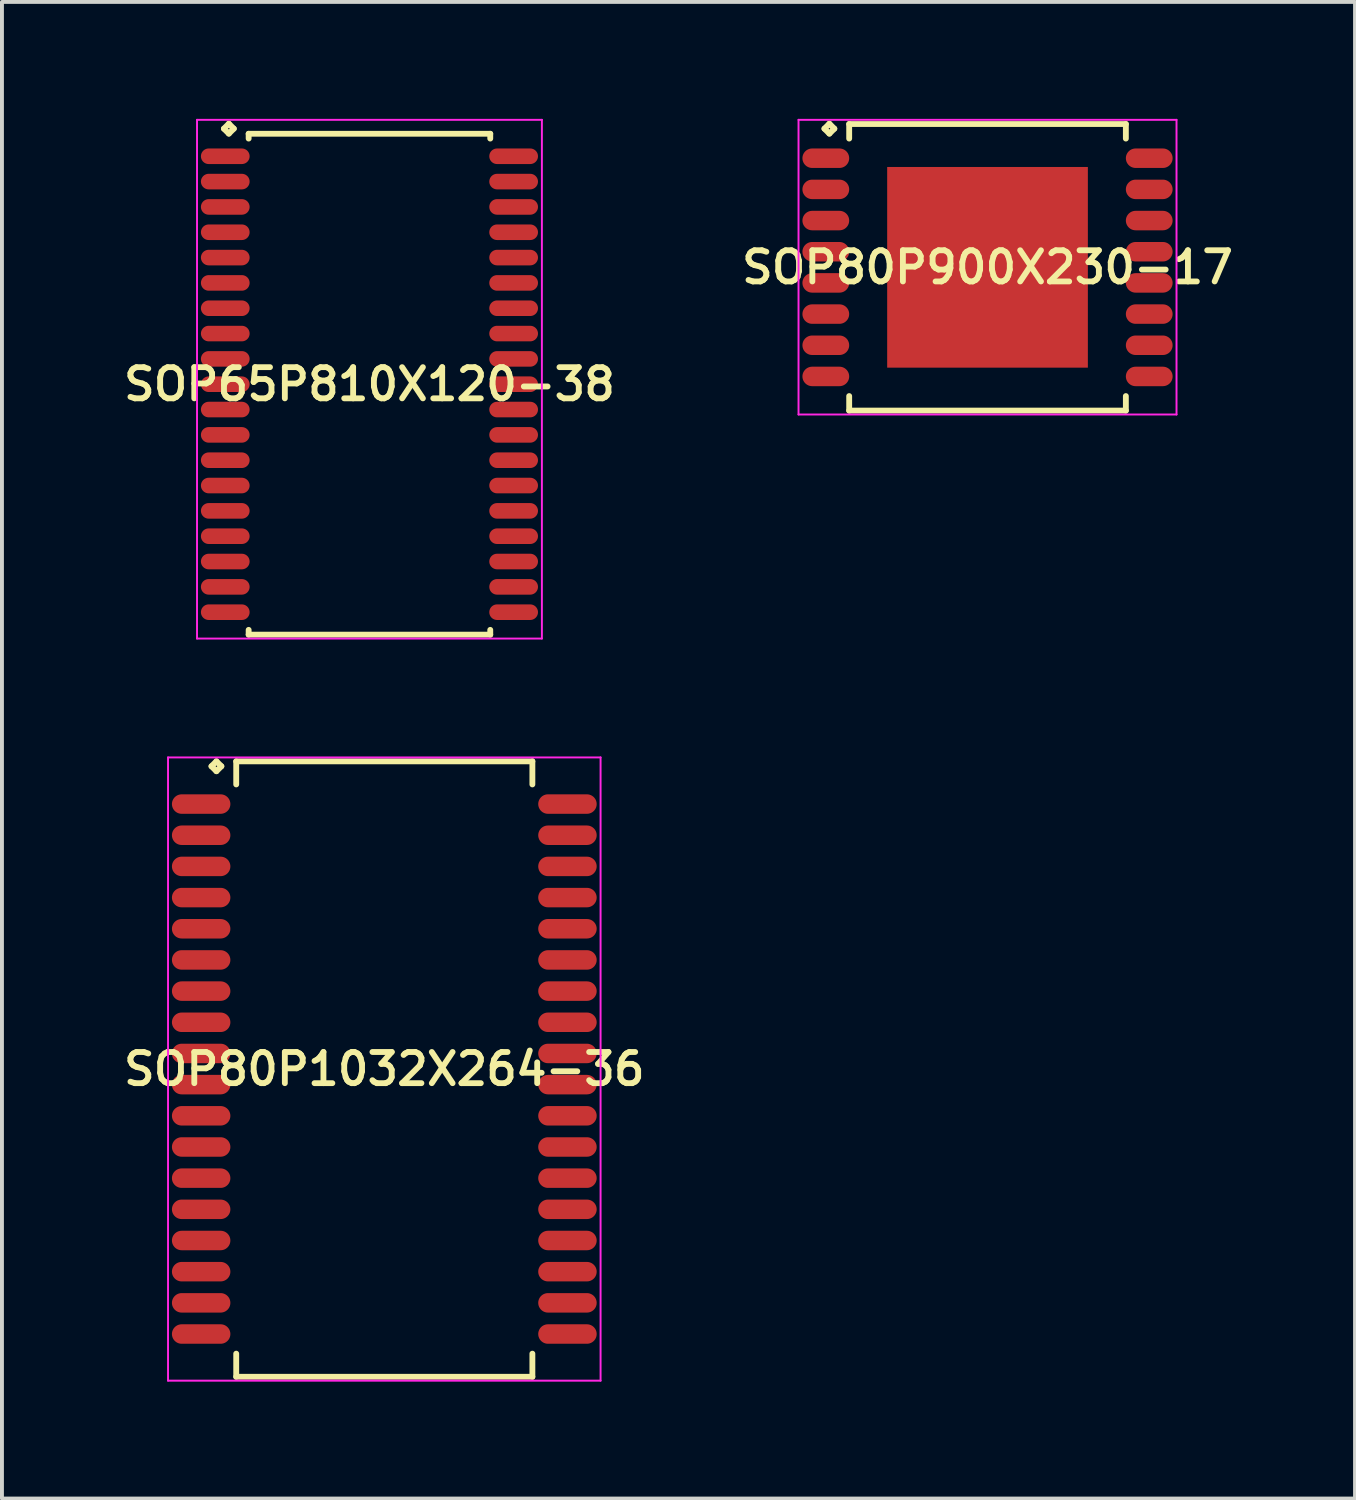
<source format=kicad_pcb>
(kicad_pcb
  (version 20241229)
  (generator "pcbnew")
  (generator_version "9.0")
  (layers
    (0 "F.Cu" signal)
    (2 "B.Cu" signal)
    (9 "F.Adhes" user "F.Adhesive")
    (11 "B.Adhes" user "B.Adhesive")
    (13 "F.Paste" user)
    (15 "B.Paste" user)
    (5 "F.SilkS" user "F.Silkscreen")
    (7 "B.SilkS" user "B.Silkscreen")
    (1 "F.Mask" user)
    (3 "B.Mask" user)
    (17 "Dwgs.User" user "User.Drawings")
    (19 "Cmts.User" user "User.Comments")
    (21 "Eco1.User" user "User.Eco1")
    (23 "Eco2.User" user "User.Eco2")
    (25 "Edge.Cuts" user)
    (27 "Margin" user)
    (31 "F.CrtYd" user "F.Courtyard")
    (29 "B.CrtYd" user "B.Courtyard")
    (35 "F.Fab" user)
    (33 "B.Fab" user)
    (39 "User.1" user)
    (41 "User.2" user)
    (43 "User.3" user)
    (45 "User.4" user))
  (footprint "SOP80P900X230-17"
    (layer "F.Cu")
    (at 22.292 3.81)
    (property "Reference" "SOP80P900X230-17" (at 0 0 0) (layer "F.SilkS") (effects (font (size 0.8 0.8) (thickness 0.15))))
    (attr smd)
    (fp_line (start -4.185 -3.558) (end -4.058 -3.685) (stroke (width 0.15) (type solid)) (layer "F.SilkS"))
    (fp_line (start -4.058 -3.685) (end -3.931 -3.558) (stroke (width 0.15) (type solid)) (layer "F.SilkS"))
    (fp_line (start -4.058 -3.431) (end -4.185 -3.558) (stroke (width 0.15) (type solid)) (layer "F.SilkS"))
    (fp_line (start -3.931 -3.558) (end -4.058 -3.431) (stroke (width 0.15) (type solid)) (layer "F.SilkS"))
    (fp_line (start -3.55 -3.677) (end 3.55 -3.677) (stroke (width 0.15) (type solid)) (layer "F.SilkS"))
    (fp_line (start -3.55 -3.304) (end -3.55 -3.677) (stroke (width 0.15) (type solid)) (layer "F.SilkS"))
    (fp_line (start -3.55 3.304) (end -3.55 3.677) (stroke (width 0.15) (type solid)) (layer "F.SilkS"))
    (fp_line (start -3.55 3.677) (end 3.55 3.677) (stroke (width 0.15) (type solid)) (layer "F.SilkS"))
    (fp_line (start 3.55 -3.677) (end 3.55 -3.304) (stroke (width 0.15) (type solid)) (layer "F.SilkS"))
    (fp_line (start 3.55 3.677) (end 3.55 3.304) (stroke (width 0.15) (type solid)) (layer "F.SilkS"))
    (fp_line (start -4.85 -3.785) (end 4.85 -3.785) (stroke (width 0.05) (type solid)) (layer "F.CrtYd"))
    (fp_line (start -4.85 3.777) (end -4.85 -3.785) (stroke (width 0.05) (type solid)) (layer "F.CrtYd"))
    (fp_line (start 4.85 -3.785) (end 4.85 3.777) (stroke (width 0.05) (type solid)) (layer "F.CrtYd"))
    (fp_line (start 4.85 3.777) (end -4.85 3.777) (stroke (width 0.05) (type solid)) (layer "F.CrtYd"))
    (pad "1" smd oval (at -4.15 -2.8) (size 1.2 0.5) (layers "F.Cu" "F.Mask" "F.Paste"))
    (pad "2" smd oval (at -4.15 -2) (size 1.2 0.5) (layers "F.Cu" "F.Mask" "F.Paste"))
    (pad "3" smd oval (at -4.15 -1.2) (size 1.2 0.5) (layers "F.Cu" "F.Mask" "F.Paste"))
    (pad "4" smd oval (at -4.15 -0.4) (size 1.2 0.5) (layers "F.Cu" "F.Mask" "F.Paste"))
    (pad "5" smd oval (at -4.15 0.4) (size 1.2 0.5) (layers "F.Cu" "F.Mask" "F.Paste"))
    (pad "6" smd oval (at -4.15 1.2) (size 1.2 0.5) (layers "F.Cu" "F.Mask" "F.Paste"))
    (pad "7" smd oval (at -4.15 2) (size 1.2 0.5) (layers "F.Cu" "F.Mask" "F.Paste"))
    (pad "8" smd oval (at -4.15 2.8) (size 1.2 0.5) (layers "F.Cu" "F.Mask" "F.Paste"))
    (pad "9" smd oval (at 4.15 2.8) (size 1.2 0.5) (layers "F.Cu" "F.Mask" "F.Paste"))
    (pad "10" smd oval (at 4.15 2) (size 1.2 0.5) (layers "F.Cu" "F.Mask" "F.Paste"))
    (pad "11" smd oval (at 4.15 1.2) (size 1.2 0.5) (layers "F.Cu" "F.Mask" "F.Paste"))
    (pad "12" smd oval (at 4.15 0.4) (size 1.2 0.5) (layers "F.Cu" "F.Mask" "F.Paste"))
    (pad "13" smd oval (at 4.15 -0.4) (size 1.2 0.5) (layers "F.Cu" "F.Mask" "F.Paste"))
    (pad "14" smd oval (at 4.15 -1.2) (size 1.2 0.5) (layers "F.Cu" "F.Mask" "F.Paste"))
    (pad "15" smd oval (at 4.15 -2) (size 1.2 0.5) (layers "F.Cu" "F.Mask" "F.Paste"))
    (pad "16" smd oval (at 4.15 -2.8) (size 1.2 0.5) (layers "F.Cu" "F.Mask" "F.Paste"))
    (pad "17" smd rect (at 0 0) (size 5.15 5.15) (layers "F.Cu" "F.Mask" "F.Paste")))
  (footprint "SOP65P810X120-38"
    (layer "F.Cu")
    (at 6.431 6.81)
    (property "Reference" "SOP65P810X120-38" (at 0 0 0) (layer "F.SilkS") (effects (font (size 0.8 0.8) (thickness 0.15))))
    (attr smd)
    (fp_line (start -3.735 -6.558) (end -3.608 -6.685) (stroke (width 0.15) (type solid)) (layer "F.SilkS"))
    (fp_line (start -3.608 -6.685) (end -3.481 -6.558) (stroke (width 0.15) (type solid)) (layer "F.SilkS"))
    (fp_line (start -3.608 -6.431) (end -3.735 -6.558) (stroke (width 0.15) (type solid)) (layer "F.SilkS"))
    (fp_line (start -3.481 -6.558) (end -3.608 -6.431) (stroke (width 0.15) (type solid)) (layer "F.SilkS"))
    (fp_line (start -3.1 -6.427) (end 3.1 -6.427) (stroke (width 0.15) (type solid)) (layer "F.SilkS"))
    (fp_line (start -3.1 -6.304) (end -3.1 -6.427) (stroke (width 0.15) (type solid)) (layer "F.SilkS"))
    (fp_line (start -3.1 6.304) (end -3.1 6.427) (stroke (width 0.15) (type solid)) (layer "F.SilkS"))
    (fp_line (start -3.1 6.427) (end 3.1 6.427) (stroke (width 0.15) (type solid)) (layer "F.SilkS"))
    (fp_line (start 3.1 -6.427) (end 3.1 -6.304) (stroke (width 0.15) (type solid)) (layer "F.SilkS"))
    (fp_line (start 3.1 6.427) (end 3.1 6.304) (stroke (width 0.15) (type solid)) (layer "F.SilkS"))
    (fp_line (start -4.425 -6.785) (end 4.425 -6.785) (stroke (width 0.05) (type solid)) (layer "F.CrtYd"))
    (fp_line (start -4.425 6.527) (end -4.425 -6.785) (stroke (width 0.05) (type solid)) (layer "F.CrtYd"))
    (fp_line (start 4.425 -6.785) (end 4.425 6.527) (stroke (width 0.05) (type solid)) (layer "F.CrtYd"))
    (fp_line (start 4.425 6.527) (end -4.425 6.527) (stroke (width 0.05) (type solid)) (layer "F.CrtYd"))
    (pad "1" smd oval (at -3.7 -5.85) (size 1.25 0.4) (layers "F.Cu" "F.Mask" "F.Paste"))
    (pad "2" smd oval (at -3.7 -5.2) (size 1.25 0.4) (layers "F.Cu" "F.Mask" "F.Paste"))
    (pad "3" smd oval (at -3.7 -4.55) (size 1.25 0.4) (layers "F.Cu" "F.Mask" "F.Paste"))
    (pad "4" smd oval (at -3.7 -3.9) (size 1.25 0.4) (layers "F.Cu" "F.Mask" "F.Paste"))
    (pad "5" smd oval (at -3.7 -3.25) (size 1.25 0.4) (layers "F.Cu" "F.Mask" "F.Paste"))
    (pad "6" smd oval (at -3.7 -2.6) (size 1.25 0.4) (layers "F.Cu" "F.Mask" "F.Paste"))
    (pad "7" smd oval (at -3.7 -1.95) (size 1.25 0.4) (layers "F.Cu" "F.Mask" "F.Paste"))
    (pad "8" smd oval (at -3.7 -1.3) (size 1.25 0.4) (layers "F.Cu" "F.Mask" "F.Paste"))
    (pad "9" smd oval (at -3.7 -0.65) (size 1.25 0.4) (layers "F.Cu" "F.Mask" "F.Paste"))
    (pad "10" smd oval (at -3.7 0) (size 1.25 0.4) (layers "F.Cu" "F.Mask" "F.Paste"))
    (pad "11" smd oval (at -3.7 0.65) (size 1.25 0.4) (layers "F.Cu" "F.Mask" "F.Paste"))
    (pad "12" smd oval (at -3.7 1.3) (size 1.25 0.4) (layers "F.Cu" "F.Mask" "F.Paste"))
    (pad "13" smd oval (at -3.7 1.95) (size 1.25 0.4) (layers "F.Cu" "F.Mask" "F.Paste"))
    (pad "14" smd oval (at -3.7 2.6) (size 1.25 0.4) (layers "F.Cu" "F.Mask" "F.Paste"))
    (pad "15" smd oval (at -3.7 3.25) (size 1.25 0.4) (layers "F.Cu" "F.Mask" "F.Paste"))
    (pad "16" smd oval (at -3.7 3.9) (size 1.25 0.4) (layers "F.Cu" "F.Mask" "F.Paste"))
    (pad "17" smd oval (at -3.7 4.55) (size 1.25 0.4) (layers "F.Cu" "F.Mask" "F.Paste"))
    (pad "18" smd oval (at -3.7 5.2) (size 1.25 0.4) (layers "F.Cu" "F.Mask" "F.Paste"))
    (pad "19" smd oval (at -3.7 5.85) (size 1.25 0.4) (layers "F.Cu" "F.Mask" "F.Paste"))
    (pad "20" smd oval (at 3.7 5.85) (size 1.25 0.4) (layers "F.Cu" "F.Mask" "F.Paste"))
    (pad "21" smd oval (at 3.7 5.2) (size 1.25 0.4) (layers "F.Cu" "F.Mask" "F.Paste"))
    (pad "22" smd oval (at 3.7 4.55) (size 1.25 0.4) (layers "F.Cu" "F.Mask" "F.Paste"))
    (pad "23" smd oval (at 3.7 3.9) (size 1.25 0.4) (layers "F.Cu" "F.Mask" "F.Paste"))
    (pad "24" smd oval (at 3.7 3.25) (size 1.25 0.4) (layers "F.Cu" "F.Mask" "F.Paste"))
    (pad "25" smd oval (at 3.7 2.6) (size 1.25 0.4) (layers "F.Cu" "F.Mask" "F.Paste"))
    (pad "26" smd oval (at 3.7 1.95) (size 1.25 0.4) (layers "F.Cu" "F.Mask" "F.Paste"))
    (pad "27" smd oval (at 3.7 1.3) (size 1.25 0.4) (layers "F.Cu" "F.Mask" "F.Paste"))
    (pad "28" smd oval (at 3.7 0.65) (size 1.25 0.4) (layers "F.Cu" "F.Mask" "F.Paste"))
    (pad "29" smd oval (at 3.7 0) (size 1.25 0.4) (layers "F.Cu" "F.Mask" "F.Paste"))
    (pad "30" smd oval (at 3.7 -0.65) (size 1.25 0.4) (layers "F.Cu" "F.Mask" "F.Paste"))
    (pad "31" smd oval (at 3.7 -1.3) (size 1.25 0.4) (layers "F.Cu" "F.Mask" "F.Paste"))
    (pad "32" smd oval (at 3.7 -1.95) (size 1.25 0.4) (layers "F.Cu" "F.Mask" "F.Paste"))
    (pad "33" smd oval (at 3.7 -2.6) (size 1.25 0.4) (layers "F.Cu" "F.Mask" "F.Paste"))
    (pad "34" smd oval (at 3.7 -3.25) (size 1.25 0.4) (layers "F.Cu" "F.Mask" "F.Paste"))
    (pad "35" smd oval (at 3.7 -3.9) (size 1.25 0.4) (layers "F.Cu" "F.Mask" "F.Paste"))
    (pad "36" smd oval (at 3.7 -4.55) (size 1.25 0.4) (layers "F.Cu" "F.Mask" "F.Paste"))
    (pad "37" smd oval (at 3.7 -5.2) (size 1.25 0.4) (layers "F.Cu" "F.Mask" "F.Paste"))
    (pad "38" smd oval (at 3.7 -5.85) (size 1.25 0.4) (layers "F.Cu" "F.Mask" "F.Paste")))
  (footprint "SOP80P1032X264-36"
    (layer "F.Cu")
    (at 6.812 24.384)
    (property "Reference" "SOP80P1032X264-36" (at 0 0 0) (layer "F.SilkS") (effects (font (size 0.8 0.8) (thickness 0.15))))
    (attr smd)
    (fp_line (start -4.435 -7.77) (end -4.308 -7.897) (stroke (width 0.15) (type solid)) (layer "F.SilkS"))
    (fp_line (start -4.308 -7.897) (end -4.181 -7.77) (stroke (width 0.15) (type solid)) (layer "F.SilkS"))
    (fp_line (start -4.308 -7.643) (end -4.435 -7.77) (stroke (width 0.15) (type solid)) (layer "F.SilkS"))
    (fp_line (start -4.181 -7.77) (end -4.308 -7.643) (stroke (width 0.15) (type solid)) (layer "F.SilkS"))
    (fp_line (start -3.8 -7.897) (end 3.8 -7.897) (stroke (width 0.15) (type solid)) (layer "F.SilkS"))
    (fp_line (start -3.8 -7.304) (end -3.8 -7.897) (stroke (width 0.15) (type solid)) (layer "F.SilkS"))
    (fp_line (start -3.8 7.304) (end -3.8 7.897) (stroke (width 0.15) (type solid)) (layer "F.SilkS"))
    (fp_line (start -3.8 7.897) (end 3.8 7.897) (stroke (width 0.15) (type solid)) (layer "F.SilkS"))
    (fp_line (start 3.8 -7.897) (end 3.8 -7.304) (stroke (width 0.15) (type solid)) (layer "F.SilkS"))
    (fp_line (start 3.8 7.897) (end 3.8 7.304) (stroke (width 0.15) (type solid)) (layer "F.SilkS"))
    (fp_line (start -5.55 -7.997) (end 5.55 -7.997) (stroke (width 0.05) (type solid)) (layer "F.CrtYd"))
    (fp_line (start -5.55 7.997) (end -5.55 -7.997) (stroke (width 0.05) (type solid)) (layer "F.CrtYd"))
    (fp_line (start 5.55 -7.997) (end 5.55 7.997) (stroke (width 0.05) (type solid)) (layer "F.CrtYd"))
    (fp_line (start 5.55 7.997) (end -5.55 7.997) (stroke (width 0.05) (type solid)) (layer "F.CrtYd"))
    (pad "1" smd oval (at -4.7 -6.8) (size 1.5 0.5) (layers "F.Cu" "F.Mask" "F.Paste"))
    (pad "2" smd oval (at -4.7 -6) (size 1.5 0.5) (layers "F.Cu" "F.Mask" "F.Paste"))
    (pad "3" smd oval (at -4.7 -5.2) (size 1.5 0.5) (layers "F.Cu" "F.Mask" "F.Paste"))
    (pad "4" smd oval (at -4.7 -4.4) (size 1.5 0.5) (layers "F.Cu" "F.Mask" "F.Paste"))
    (pad "5" smd oval (at -4.7 -3.6) (size 1.5 0.5) (layers "F.Cu" "F.Mask" "F.Paste"))
    (pad "6" smd oval (at -4.7 -2.8) (size 1.5 0.5) (layers "F.Cu" "F.Mask" "F.Paste"))
    (pad "7" smd oval (at -4.7 -2) (size 1.5 0.5) (layers "F.Cu" "F.Mask" "F.Paste"))
    (pad "8" smd oval (at -4.7 -1.2) (size 1.5 0.5) (layers "F.Cu" "F.Mask" "F.Paste"))
    (pad "9" smd oval (at -4.7 -0.4) (size 1.5 0.5) (layers "F.Cu" "F.Mask" "F.Paste"))
    (pad "10" smd oval (at -4.7 0.4) (size 1.5 0.5) (layers "F.Cu" "F.Mask" "F.Paste"))
    (pad "11" smd oval (at -4.7 1.2) (size 1.5 0.5) (layers "F.Cu" "F.Mask" "F.Paste"))
    (pad "12" smd oval (at -4.7 2) (size 1.5 0.5) (layers "F.Cu" "F.Mask" "F.Paste"))
    (pad "13" smd oval (at -4.7 2.8) (size 1.5 0.5) (layers "F.Cu" "F.Mask" "F.Paste"))
    (pad "14" smd oval (at -4.7 3.6) (size 1.5 0.5) (layers "F.Cu" "F.Mask" "F.Paste"))
    (pad "15" smd oval (at -4.7 4.4) (size 1.5 0.5) (layers "F.Cu" "F.Mask" "F.Paste"))
    (pad "16" smd oval (at -4.7 5.2) (size 1.5 0.5) (layers "F.Cu" "F.Mask" "F.Paste"))
    (pad "17" smd oval (at -4.7 6) (size 1.5 0.5) (layers "F.Cu" "F.Mask" "F.Paste"))
    (pad "18" smd oval (at -4.7 6.8) (size 1.5 0.5) (layers "F.Cu" "F.Mask" "F.Paste"))
    (pad "19" smd oval (at 4.7 6.8) (size 1.5 0.5) (layers "F.Cu" "F.Mask" "F.Paste"))
    (pad "20" smd oval (at 4.7 6) (size 1.5 0.5) (layers "F.Cu" "F.Mask" "F.Paste"))
    (pad "21" smd oval (at 4.7 5.2) (size 1.5 0.5) (layers "F.Cu" "F.Mask" "F.Paste"))
    (pad "22" smd oval (at 4.7 4.4) (size 1.5 0.5) (layers "F.Cu" "F.Mask" "F.Paste"))
    (pad "23" smd oval (at 4.7 3.6) (size 1.5 0.5) (layers "F.Cu" "F.Mask" "F.Paste"))
    (pad "24" smd oval (at 4.7 2.8) (size 1.5 0.5) (layers "F.Cu" "F.Mask" "F.Paste"))
    (pad "25" smd oval (at 4.7 2) (size 1.5 0.5) (layers "F.Cu" "F.Mask" "F.Paste"))
    (pad "26" smd oval (at 4.7 1.2) (size 1.5 0.5) (layers "F.Cu" "F.Mask" "F.Paste"))
    (pad "27" smd oval (at 4.7 0.4) (size 1.5 0.5) (layers "F.Cu" "F.Mask" "F.Paste"))
    (pad "28" smd oval (at 4.7 -0.4) (size 1.5 0.5) (layers "F.Cu" "F.Mask" "F.Paste"))
    (pad "29" smd oval (at 4.7 -1.2) (size 1.5 0.5) (layers "F.Cu" "F.Mask" "F.Paste"))
    (pad "30" smd oval (at 4.7 -2) (size 1.5 0.5) (layers "F.Cu" "F.Mask" "F.Paste"))
    (pad "31" smd oval (at 4.7 -2.8) (size 1.5 0.5) (layers "F.Cu" "F.Mask" "F.Paste"))
    (pad "32" smd oval (at 4.7 -3.6) (size 1.5 0.5) (layers "F.Cu" "F.Mask" "F.Paste"))
    (pad "33" smd oval (at 4.7 -4.4) (size 1.5 0.5) (layers "F.Cu" "F.Mask" "F.Paste"))
    (pad "34" smd oval (at 4.7 -5.2) (size 1.5 0.5) (layers "F.Cu" "F.Mask" "F.Paste"))
    (pad "35" smd oval (at 4.7 -6) (size 1.5 0.5) (layers "F.Cu" "F.Mask" "F.Paste"))
    (pad "36" smd oval (at 4.7 -6.8) (size 1.5 0.5) (layers "F.Cu" "F.Mask" "F.Paste")))
  (gr_rect
    (start -3 -3)
    (end 31.723 35.406)
    (stroke (width 0.1) (type default))
    (fill no)
    (layer "Edge.Cuts")))
</source>
